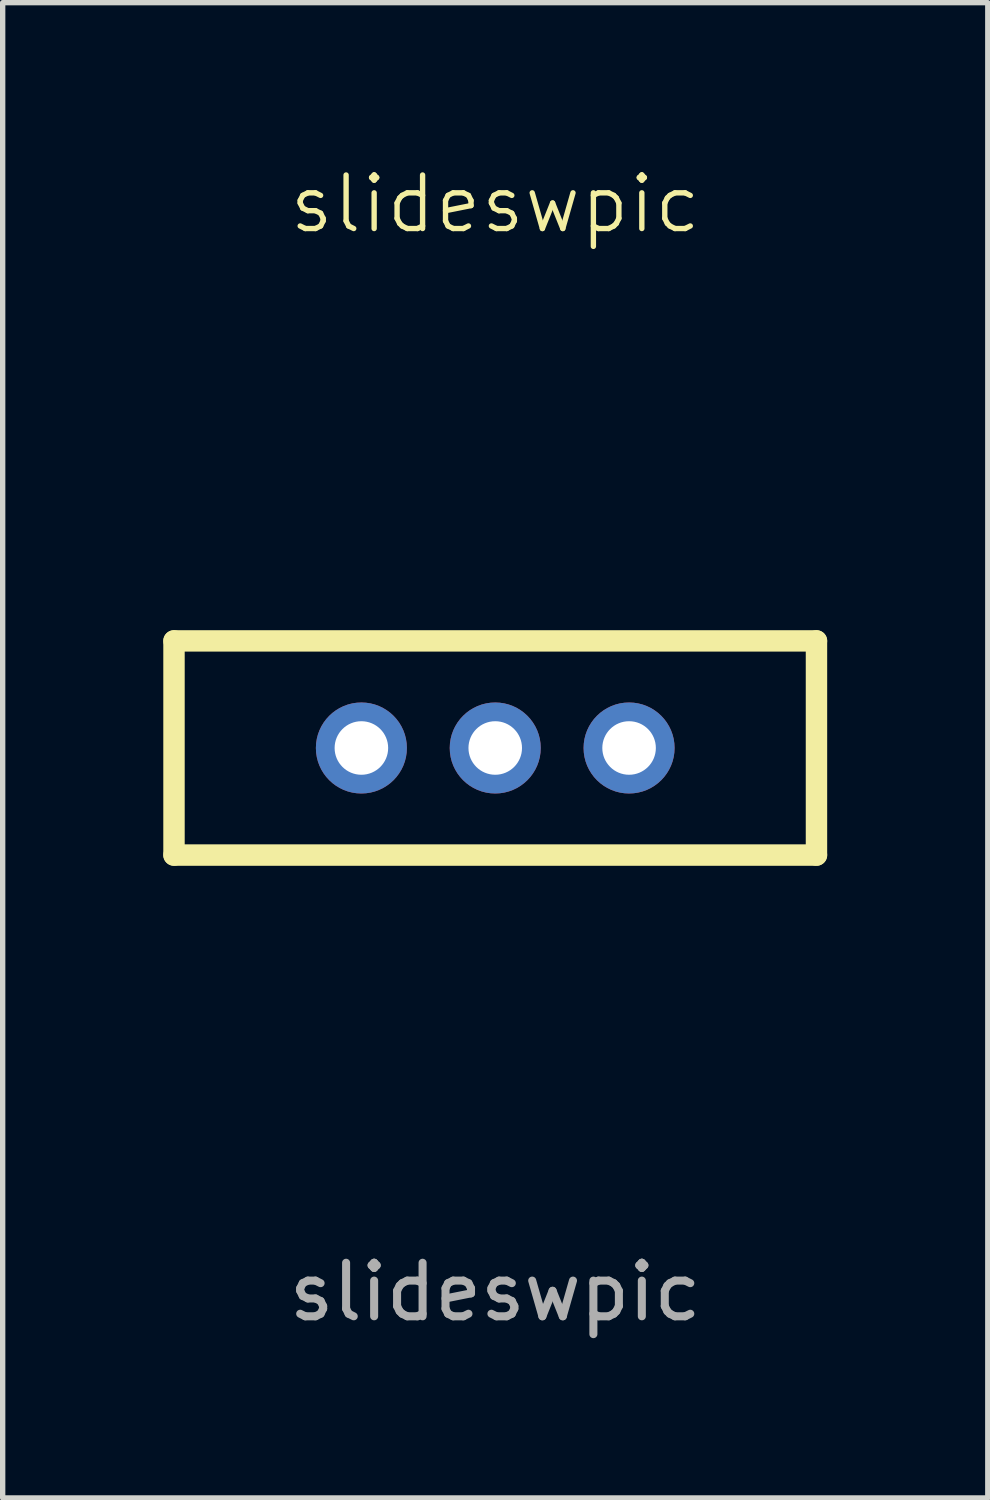
<source format=kicad_pcb>
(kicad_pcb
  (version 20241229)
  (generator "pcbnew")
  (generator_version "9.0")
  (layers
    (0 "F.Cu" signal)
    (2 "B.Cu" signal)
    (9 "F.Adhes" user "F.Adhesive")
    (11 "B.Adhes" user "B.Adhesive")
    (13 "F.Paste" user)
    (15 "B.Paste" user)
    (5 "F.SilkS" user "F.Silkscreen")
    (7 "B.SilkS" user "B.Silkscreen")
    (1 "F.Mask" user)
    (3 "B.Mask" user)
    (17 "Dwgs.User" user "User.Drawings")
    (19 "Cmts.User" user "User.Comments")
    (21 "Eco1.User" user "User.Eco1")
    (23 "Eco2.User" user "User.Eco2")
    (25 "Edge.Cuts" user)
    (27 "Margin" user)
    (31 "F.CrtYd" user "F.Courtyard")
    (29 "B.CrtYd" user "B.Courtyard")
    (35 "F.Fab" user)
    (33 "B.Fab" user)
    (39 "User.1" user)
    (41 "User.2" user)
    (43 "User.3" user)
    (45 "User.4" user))
  (footprint "slideswpic"
    (layer "F.Cu")
    (at 6.2 10.921)
    (property "Reference" "slideswpic" (at 0 -10.16 0) (unlocked yes) (layer "F.SilkS") (effects (font (size 1 1) (thickness 0.1))))
    (attr through_hole)
    (fp_line (start -6 -2) (end 6 -2) (stroke (width 0.4) (type default)) (layer "F.SilkS"))
    (fp_line (start -6 2) (end -6 -2) (stroke (width 0.4) (type default)) (layer "F.SilkS"))
    (fp_line (start 6 -2) (end 6 2) (stroke (width 0.4) (type default)) (layer "F.SilkS"))
    (fp_line (start 6 2) (end -6 2) (stroke (width 0.4) (type default)) (layer "F.SilkS"))
    (fp_text user "${REFERENCE}" (at 0 10.16 0) (unlocked yes) (layer "F.Fab") (effects (font (size 1 1) (thickness 0.15))))
    (pad "1" thru_hole circle (at -2.5 0) (size 1.7 1.7) (drill 1) (layers "*.Cu" "*.Mask"))
    (pad "2" thru_hole circle (at 0 0) (size 1.7 1.7) (drill 1) (layers "*.Cu" "*.Mask"))
    (pad "3" thru_hole circle (at 2.5 0) (size 1.7 1.7) (drill 1) (layers "*.Cu" "*.Mask")))
  (gr_rect
    (start -3 -3)
    (end 15.4 24.929)
    (stroke (width 0.1) (type default))
    (fill no)
    (layer "Edge.Cuts")))
</source>
